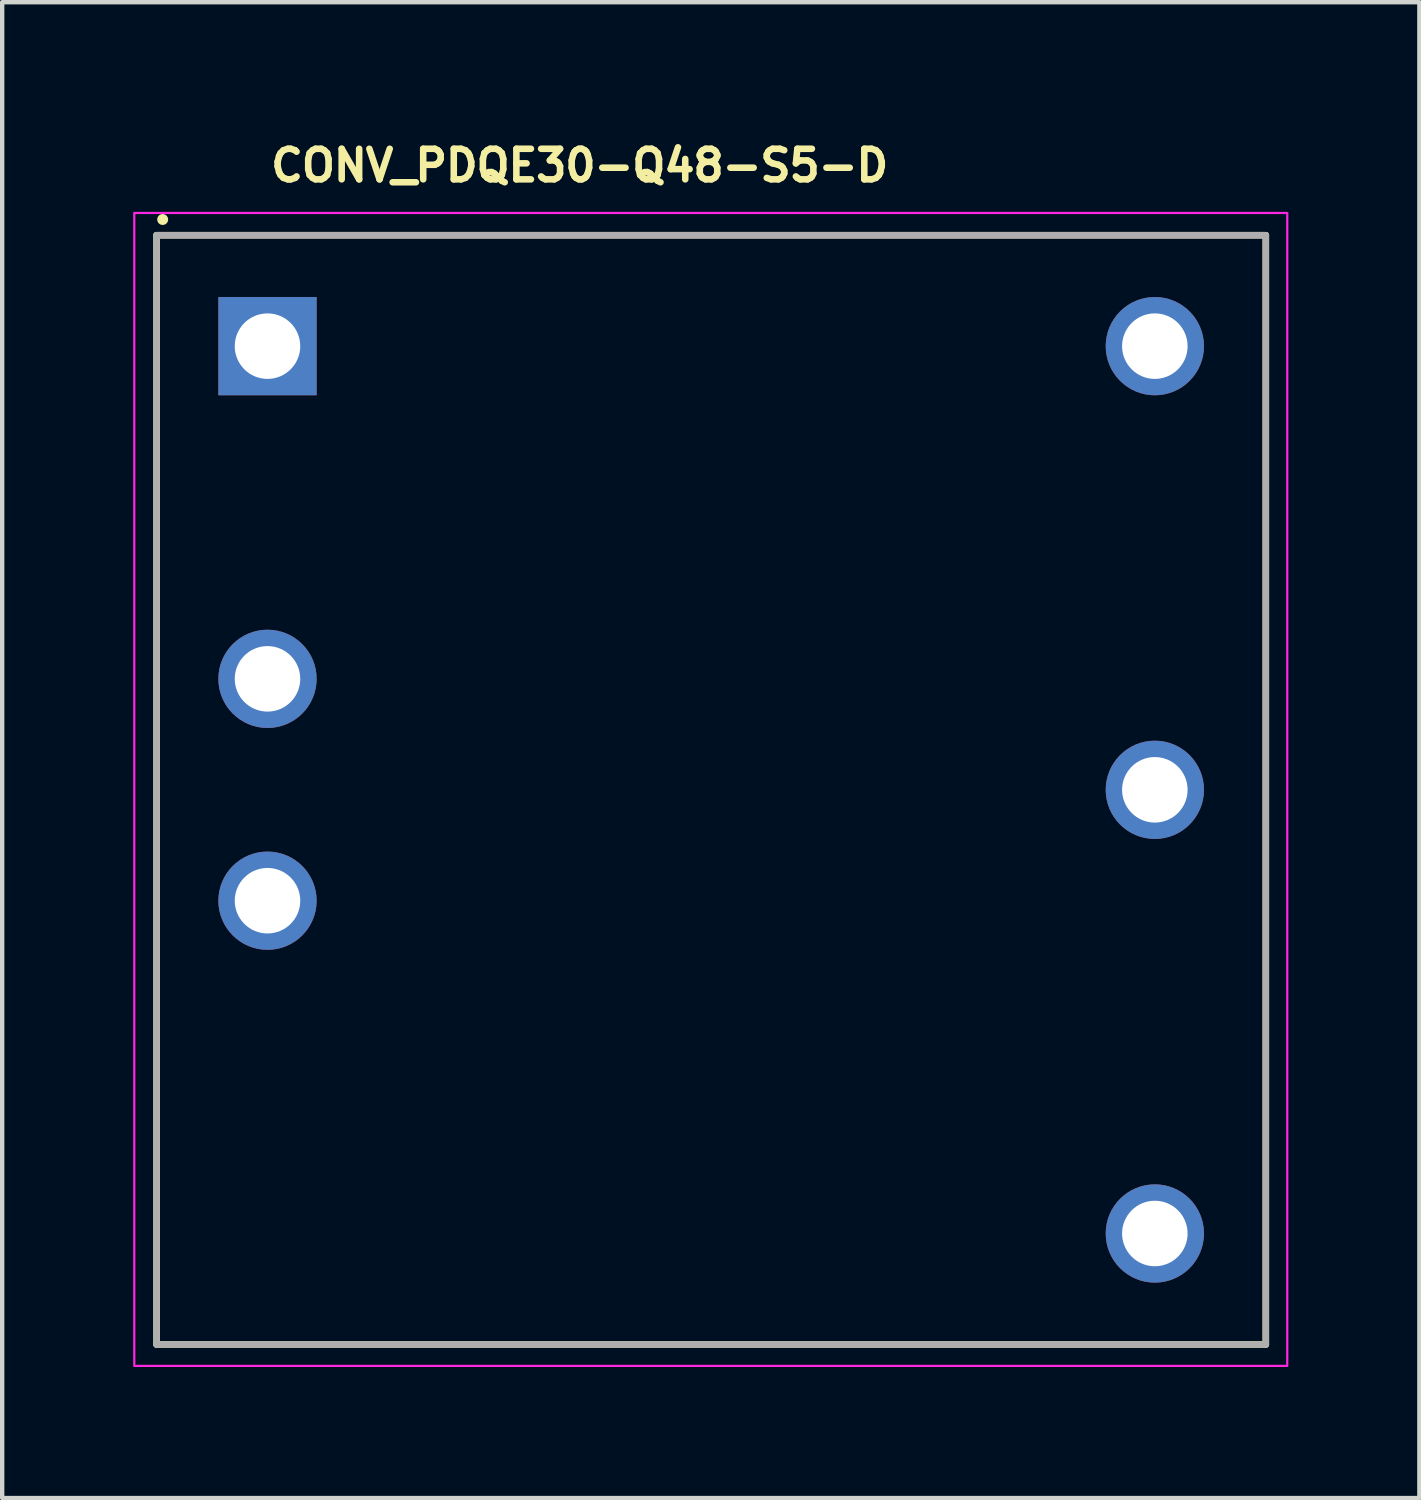
<source format=kicad_pcb>
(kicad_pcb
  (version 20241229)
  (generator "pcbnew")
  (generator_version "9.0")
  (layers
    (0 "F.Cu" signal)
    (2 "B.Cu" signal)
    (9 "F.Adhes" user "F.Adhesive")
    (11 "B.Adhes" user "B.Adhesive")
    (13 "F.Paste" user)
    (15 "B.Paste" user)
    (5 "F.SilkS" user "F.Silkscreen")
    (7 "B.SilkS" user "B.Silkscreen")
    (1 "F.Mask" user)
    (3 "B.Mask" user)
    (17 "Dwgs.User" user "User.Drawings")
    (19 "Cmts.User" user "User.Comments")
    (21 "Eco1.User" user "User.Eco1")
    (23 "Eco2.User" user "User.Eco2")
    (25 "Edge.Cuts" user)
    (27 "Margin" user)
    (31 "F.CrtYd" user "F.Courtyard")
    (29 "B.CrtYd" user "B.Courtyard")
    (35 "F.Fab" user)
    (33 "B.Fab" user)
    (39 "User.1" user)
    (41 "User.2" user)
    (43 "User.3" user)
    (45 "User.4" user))
  (footprint "CONV_PDQE30-Q48-S5-D"
    (layer "F.Cu")
    (at 3.075 4.876)
    (property "Reference" "CONV_PDQE30-Q48-S5-D" (at 0 -3.726 0) (layer "F.SilkS") (effects (font (size 0.7 0.7) (thickness 0.15)) (justify left bottom)))
    (attr through_hole)
    (fp_line (start -2.54 -2.54) (end 22.859 -2.54) (stroke (width 0.15) (type solid)) (layer "F.SilkS"))
    (fp_line (start -2.54 22.859) (end -2.54 -2.54) (stroke (width 0.15) (type solid)) (layer "F.SilkS"))
    (fp_line (start 22.859 -2.54) (end 22.859 22.859) (stroke (width 0.15) (type solid)) (layer "F.SilkS"))
    (fp_line (start 22.859 22.859) (end -2.54 22.859) (stroke (width 0.15) (type solid)) (layer "F.SilkS"))
    (fp_circle (center -2.4 -2.9) (end -2.35 -2.9) (stroke (width 0.15) (type solid)) (fill yes) (layer "F.SilkS"))
    (fp_rect (start -3.05 -3.05) (end 23.35 23.35) (stroke (width 0.05) (type solid)) (fill no) (layer "F.CrtYd"))
    (fp_line (start -2.54 -2.54) (end 22.859 -2.54) (stroke (width 0.15) (type solid)) (layer "F.Fab"))
    (fp_line (start -2.54 22.859) (end -2.54 -2.54) (stroke (width 0.15) (type solid)) (layer "F.Fab"))
    (fp_line (start 22.859 -2.54) (end 22.859 22.859) (stroke (width 0.15) (type solid)) (layer "F.Fab"))
    (fp_line (start 22.859 22.859) (end -2.54 22.859) (stroke (width 0.15) (type solid)) (layer "F.Fab"))
    (fp_rect (start -2.54 -2.54) (end 22.859 22.859) (stroke (width 0.1) (type solid)) (fill no) (layer "User.5"))
    (fp_rect (start -2.54 -2.54) (end 22.859 22.859) (stroke (width 0.1) (type solid)) (fill no) (layer "User.5"))
    (fp_rect (start -2.54 -2.54) (end 22.859 22.859) (stroke (width 0.1) (type solid)) (fill no) (layer "User.5"))
    (fp_line (start -2.54 -2.182) (end -2.54 -2.161) (stroke (width 0.02) (type solid)) (layer "User.9"))
    (fp_line (start -2.54 -2.161) (end -2.54 -2.141) (stroke (width 0.02) (type solid)) (layer "User.9"))
    (fp_line (start -2.54 22.46) (end -2.54 -2.141) (stroke (width 0.02) (type solid)) (layer "User.9"))
    (fp_line (start -2.54 22.46) (end -2.54 22.478) (stroke (width 0.02) (type solid)) (layer "User.9"))
    (fp_line (start -2.54 22.478) (end -2.54 22.498) (stroke (width 0.02) (type solid)) (layer "User.9"))
    (fp_line (start -2.54 22.498) (end -2.536 22.518) (stroke (width 0.02) (type solid)) (layer "User.9"))
    (fp_line (start -2.536 -2.202) (end -2.54 -2.182) (stroke (width 0.02) (type solid)) (layer "User.9"))
    (fp_line (start -2.536 22.518) (end -2.532 22.539) (stroke (width 0.02) (type solid)) (layer "User.9"))
    (fp_line (start -2.532 -2.222) (end -2.536 -2.202) (stroke (width 0.02) (type solid)) (layer "User.9"))
    (fp_line (start -2.532 22.539) (end -2.528 22.559) (stroke (width 0.02) (type solid)) (layer "User.9"))
    (fp_line (start -2.528 -2.242) (end -2.532 -2.222) (stroke (width 0.02) (type solid)) (layer "User.9"))
    (fp_line (start -2.528 22.559) (end -2.524 22.577) (stroke (width 0.02) (type solid)) (layer "User.9"))
    (fp_line (start -2.524 -2.259) (end -2.528 -2.242) (stroke (width 0.02) (type solid)) (layer "User.9"))
    (fp_line (start -2.524 22.577) (end -2.516 22.597) (stroke (width 0.02) (type solid)) (layer "User.9"))
    (fp_line (start -2.516 -2.278) (end -2.524 -2.259) (stroke (width 0.02) (type solid)) (layer "User.9"))
    (fp_line (start -2.516 22.597) (end -2.509 22.614) (stroke (width 0.02) (type solid)) (layer "User.9"))
    (fp_line (start -2.509 -2.298) (end -2.516 -2.278) (stroke (width 0.02) (type solid)) (layer "User.9"))
    (fp_line (start -2.509 22.614) (end -2.501 22.632) (stroke (width 0.02) (type solid)) (layer "User.9"))
    (fp_line (start -2.501 -2.315) (end -2.509 -2.298) (stroke (width 0.02) (type solid)) (layer "User.9"))
    (fp_line (start -2.501 22.632) (end -2.492 22.649) (stroke (width 0.02) (type solid)) (layer "User.9"))
    (fp_line (start -2.492 -2.331) (end -2.501 -2.315) (stroke (width 0.02) (type solid)) (layer "User.9"))
    (fp_line (start -2.492 22.649) (end -2.484 22.667) (stroke (width 0.02) (type solid)) (layer "User.9"))
    (fp_line (start -2.484 -2.348) (end -2.492 -2.331) (stroke (width 0.02) (type solid)) (layer "User.9"))
    (fp_line (start -2.484 22.667) (end -2.472 22.681) (stroke (width 0.02) (type solid)) (layer "User.9"))
    (fp_line (start -2.472 -2.364) (end -2.484 -2.348) (stroke (width 0.02) (type solid)) (layer "User.9"))
    (fp_line (start -2.472 22.681) (end -2.461 22.699) (stroke (width 0.02) (type solid)) (layer "User.9"))
    (fp_line (start -2.461 -2.38) (end -2.472 -2.364) (stroke (width 0.02) (type solid)) (layer "User.9"))
    (fp_line (start -2.461 22.699) (end -2.449 22.713) (stroke (width 0.02) (type solid)) (layer "User.9"))
    (fp_line (start -2.449 -2.395) (end -2.461 -2.38) (stroke (width 0.02) (type solid)) (layer "User.9"))
    (fp_line (start -2.449 22.713) (end -2.437 22.728) (stroke (width 0.02) (type solid)) (layer "User.9"))
    (fp_line (start -2.437 -2.411) (end -2.449 -2.395) (stroke (width 0.02) (type solid)) (layer "User.9"))
    (fp_line (start -2.437 22.728) (end -2.423 22.742) (stroke (width 0.02) (type solid)) (layer "User.9"))
    (fp_line (start -2.423 -2.423) (end -2.437 -2.411) (stroke (width 0.02) (type solid)) (layer "User.9"))
    (fp_line (start -2.423 22.742) (end -2.411 22.754) (stroke (width 0.02) (type solid)) (layer "User.9"))
    (fp_line (start -2.411 -2.437) (end -2.423 -2.423) (stroke (width 0.02) (type solid)) (layer "User.9"))
    (fp_line (start -2.411 22.754) (end -2.395 22.768) (stroke (width 0.02) (type solid)) (layer "User.9"))
    (fp_line (start -2.395 -2.449) (end -2.411 -2.437) (stroke (width 0.02) (type solid)) (layer "User.9"))
    (fp_line (start -2.395 22.768) (end -2.38 22.78) (stroke (width 0.02) (type solid)) (layer "User.9"))
    (fp_line (start -2.38 -2.461) (end -2.395 -2.449) (stroke (width 0.02) (type solid)) (layer "User.9"))
    (fp_line (start -2.38 22.78) (end -2.364 22.789) (stroke (width 0.02) (type solid)) (layer "User.9"))
    (fp_line (start -2.364 -2.472) (end -2.38 -2.461) (stroke (width 0.02) (type solid)) (layer "User.9"))
    (fp_line (start -2.364 22.789) (end -2.348 22.8) (stroke (width 0.02) (type solid)) (layer "User.9"))
    (fp_line (start -2.348 -2.484) (end -2.364 -2.472) (stroke (width 0.02) (type solid)) (layer "User.9"))
    (fp_line (start -2.348 22.8) (end -2.331 22.809) (stroke (width 0.02) (type solid)) (layer "User.9"))
    (fp_line (start -2.331 -2.492) (end -2.348 -2.484) (stroke (width 0.02) (type solid)) (layer "User.9"))
    (fp_line (start -2.331 22.809) (end -2.315 22.818) (stroke (width 0.02) (type solid)) (layer "User.9"))
    (fp_line (start -2.315 -2.501) (end -2.331 -2.492) (stroke (width 0.02) (type solid)) (layer "User.9"))
    (fp_line (start -2.315 22.818) (end -2.298 22.827) (stroke (width 0.02) (type solid)) (layer "User.9"))
    (fp_line (start -2.298 -2.509) (end -2.315 -2.501) (stroke (width 0.02) (type solid)) (layer "User.9"))
    (fp_line (start -2.298 22.827) (end -2.278 22.835) (stroke (width 0.02) (type solid)) (layer "User.9"))
    (fp_line (start -2.278 -2.516) (end -2.298 -2.509) (stroke (width 0.02) (type solid)) (layer "User.9"))
    (fp_line (start -2.278 22.835) (end -2.259 22.841) (stroke (width 0.02) (type solid)) (layer "User.9"))
    (fp_line (start -2.259 -2.524) (end -2.278 -2.516) (stroke (width 0.02) (type solid)) (layer "User.9"))
    (fp_line (start -2.259 22.841) (end -2.242 22.847) (stroke (width 0.02) (type solid)) (layer "User.9"))
    (fp_line (start -2.242 -2.528) (end -2.259 -2.524) (stroke (width 0.02) (type solid)) (layer "User.9"))
    (fp_line (start -2.242 22.847) (end -2.222 22.85) (stroke (width 0.02) (type solid)) (layer "User.9"))
    (fp_line (start -2.222 -2.532) (end -2.242 -2.528) (stroke (width 0.02) (type solid)) (layer "User.9"))
    (fp_line (start -2.222 22.85) (end -2.202 22.853) (stroke (width 0.02) (type solid)) (layer "User.9"))
    (fp_line (start -2.202 -2.536) (end -2.222 -2.532) (stroke (width 0.02) (type solid)) (layer "User.9"))
    (fp_line (start -2.202 22.853) (end -2.182 22.856) (stroke (width 0.02) (type solid)) (layer "User.9"))
    (fp_line (start -2.182 -2.54) (end -2.202 -2.536) (stroke (width 0.02) (type solid)) (layer "User.9"))
    (fp_line (start -2.182 22.856) (end -2.161 22.859) (stroke (width 0.02) (type solid)) (layer "User.9"))
    (fp_line (start -2.161 -2.54) (end -2.182 -2.54) (stroke (width 0.02) (type solid)) (layer "User.9"))
    (fp_line (start -2.161 22.859) (end -2.141 22.859) (stroke (width 0.02) (type solid)) (layer "User.9"))
    (fp_line (start -2.141 -2.54) (end -2.161 -2.54) (stroke (width 0.02) (type solid)) (layer "User.9"))
    (fp_line (start -2.141 -2.54) (end 22.46 -2.54) (stroke (width 0.02) (type solid)) (layer "User.9"))
    (fp_line (start 22.46 -2.54) (end 22.478 -2.54) (stroke (width 0.02) (type solid)) (layer "User.9"))
    (fp_line (start 22.46 22.859) (end -2.141 22.859) (stroke (width 0.02) (type solid)) (layer "User.9"))
    (fp_line (start 22.46 22.859) (end 22.478 22.859) (stroke (width 0.02) (type solid)) (layer "User.9"))
    (fp_line (start 22.478 -2.54) (end 22.498 -2.54) (stroke (width 0.02) (type solid)) (layer "User.9"))
    (fp_line (start 22.478 22.859) (end 22.498 22.856) (stroke (width 0.02) (type solid)) (layer "User.9"))
    (fp_line (start 22.498 -2.54) (end 22.518 -2.536) (stroke (width 0.02) (type solid)) (layer "User.9"))
    (fp_line (start 22.498 22.856) (end 22.518 22.853) (stroke (width 0.02) (type solid)) (layer "User.9"))
    (fp_line (start 22.518 -2.536) (end 22.539 -2.532) (stroke (width 0.02) (type solid)) (layer "User.9"))
    (fp_line (start 22.518 22.853) (end 22.539 22.85) (stroke (width 0.02) (type solid)) (layer "User.9"))
    (fp_line (start 22.539 -2.532) (end 22.559 -2.528) (stroke (width 0.02) (type solid)) (layer "User.9"))
    (fp_line (start 22.539 22.85) (end 22.559 22.847) (stroke (width 0.02) (type solid)) (layer "User.9"))
    (fp_line (start 22.559 -2.528) (end 22.577 -2.524) (stroke (width 0.02) (type solid)) (layer "User.9"))
    (fp_line (start 22.559 22.847) (end 22.577 22.841) (stroke (width 0.02) (type solid)) (layer "User.9"))
    (fp_line (start 22.577 -2.524) (end 22.597 -2.516) (stroke (width 0.02) (type solid)) (layer "User.9"))
    (fp_line (start 22.577 22.841) (end 22.597 22.835) (stroke (width 0.02) (type solid)) (layer "User.9"))
    (fp_line (start 22.597 -2.516) (end 22.614 -2.509) (stroke (width 0.02) (type solid)) (layer "User.9"))
    (fp_line (start 22.597 22.835) (end 22.614 22.827) (stroke (width 0.02) (type solid)) (layer "User.9"))
    (fp_line (start 22.614 -2.509) (end 22.632 -2.501) (stroke (width 0.02) (type solid)) (layer "User.9"))
    (fp_line (start 22.614 22.827) (end 22.632 22.818) (stroke (width 0.02) (type solid)) (layer "User.9"))
    (fp_line (start 22.632 -2.501) (end 22.649 -2.492) (stroke (width 0.02) (type solid)) (layer "User.9"))
    (fp_line (start 22.632 22.818) (end 22.649 22.809) (stroke (width 0.02) (type solid)) (layer "User.9"))
    (fp_line (start 22.649 -2.492) (end 22.667 -2.484) (stroke (width 0.02) (type solid)) (layer "User.9"))
    (fp_line (start 22.649 22.809) (end 22.667 22.8) (stroke (width 0.02) (type solid)) (layer "User.9"))
    (fp_line (start 22.667 -2.484) (end 22.681 -2.472) (stroke (width 0.02) (type solid)) (layer "User.9"))
    (fp_line (start 22.667 22.8) (end 22.681 22.789) (stroke (width 0.02) (type solid)) (layer "User.9"))
    (fp_line (start 22.681 -2.472) (end 22.699 -2.461) (stroke (width 0.02) (type solid)) (layer "User.9"))
    (fp_line (start 22.681 22.789) (end 22.699 22.78) (stroke (width 0.02) (type solid)) (layer "User.9"))
    (fp_line (start 22.699 -2.461) (end 22.713 -2.449) (stroke (width 0.02) (type solid)) (layer "User.9"))
    (fp_line (start 22.699 22.78) (end 22.713 22.768) (stroke (width 0.02) (type solid)) (layer "User.9"))
    (fp_line (start 22.713 -2.449) (end 22.728 -2.437) (stroke (width 0.02) (type solid)) (layer "User.9"))
    (fp_line (start 22.713 22.768) (end 22.728 22.754) (stroke (width 0.02) (type solid)) (layer "User.9"))
    (fp_line (start 22.728 -2.437) (end 22.742 -2.423) (stroke (width 0.02) (type solid)) (layer "User.9"))
    (fp_line (start 22.728 22.754) (end 22.742 22.742) (stroke (width 0.02) (type solid)) (layer "User.9"))
    (fp_line (start 22.742 -2.423) (end 22.754 -2.411) (stroke (width 0.02) (type solid)) (layer "User.9"))
    (fp_line (start 22.742 22.742) (end 22.754 22.728) (stroke (width 0.02) (type solid)) (layer "User.9"))
    (fp_line (start 22.754 -2.411) (end 22.768 -2.395) (stroke (width 0.02) (type solid)) (layer "User.9"))
    (fp_line (start 22.754 22.728) (end 22.768 22.713) (stroke (width 0.02) (type solid)) (layer "User.9"))
    (fp_line (start 22.768 -2.395) (end 22.78 -2.38) (stroke (width 0.02) (type solid)) (layer "User.9"))
    (fp_line (start 22.768 22.713) (end 22.78 22.699) (stroke (width 0.02) (type solid)) (layer "User.9"))
    (fp_line (start 22.78 -2.38) (end 22.789 -2.364) (stroke (width 0.02) (type solid)) (layer "User.9"))
    (fp_line (start 22.78 22.699) (end 22.789 22.681) (stroke (width 0.02) (type solid)) (layer "User.9"))
    (fp_line (start 22.789 -2.364) (end 22.8 -2.348) (stroke (width 0.02) (type solid)) (layer "User.9"))
    (fp_line (start 22.789 22.681) (end 22.8 22.667) (stroke (width 0.02) (type solid)) (layer "User.9"))
    (fp_line (start 22.8 -2.348) (end 22.809 -2.331) (stroke (width 0.02) (type solid)) (layer "User.9"))
    (fp_line (start 22.8 22.667) (end 22.809 22.649) (stroke (width 0.02) (type solid)) (layer "User.9"))
    (fp_line (start 22.809 -2.331) (end 22.818 -2.315) (stroke (width 0.02) (type solid)) (layer "User.9"))
    (fp_line (start 22.809 22.649) (end 22.818 22.632) (stroke (width 0.02) (type solid)) (layer "User.9"))
    (fp_line (start 22.818 -2.315) (end 22.827 -2.298) (stroke (width 0.02) (type solid)) (layer "User.9"))
    (fp_line (start 22.818 22.632) (end 22.827 22.614) (stroke (width 0.02) (type solid)) (layer "User.9"))
    (fp_line (start 22.827 -2.298) (end 22.835 -2.278) (stroke (width 0.02) (type solid)) (layer "User.9"))
    (fp_line (start 22.827 22.614) (end 22.835 22.597) (stroke (width 0.02) (type solid)) (layer "User.9"))
    (fp_line (start 22.835 -2.278) (end 22.841 -2.259) (stroke (width 0.02) (type solid)) (layer "User.9"))
    (fp_line (start 22.835 22.597) (end 22.841 22.577) (stroke (width 0.02) (type solid)) (layer "User.9"))
    (fp_line (start 22.841 -2.259) (end 22.847 -2.242) (stroke (width 0.02) (type solid)) (layer "User.9"))
    (fp_line (start 22.841 22.577) (end 22.847 22.559) (stroke (width 0.02) (type solid)) (layer "User.9"))
    (fp_line (start 22.847 -2.242) (end 22.85 -2.222) (stroke (width 0.02) (type solid)) (layer "User.9"))
    (fp_line (start 22.847 22.559) (end 22.85 22.539) (stroke (width 0.02) (type solid)) (layer "User.9"))
    (fp_line (start 22.85 -2.222) (end 22.853 -2.202) (stroke (width 0.02) (type solid)) (layer "User.9"))
    (fp_line (start 22.85 22.539) (end 22.853 22.518) (stroke (width 0.02) (type solid)) (layer "User.9"))
    (fp_line (start 22.853 -2.202) (end 22.856 -2.182) (stroke (width 0.02) (type solid)) (layer "User.9"))
    (fp_line (start 22.853 22.518) (end 22.856 22.498) (stroke (width 0.02) (type solid)) (layer "User.9"))
    (fp_line (start 22.856 -2.182) (end 22.859 -2.161) (stroke (width 0.02) (type solid)) (layer "User.9"))
    (fp_line (start 22.856 22.498) (end 22.859 22.478) (stroke (width 0.02) (type solid)) (layer "User.9"))
    (fp_line (start 22.859 -2.161) (end 22.859 -2.141) (stroke (width 0.02) (type solid)) (layer "User.9"))
    (fp_line (start 22.859 -2.141) (end 22.859 22.46) (stroke (width 0.02) (type solid)) (layer "User.9"))
    (fp_line (start 22.859 22.478) (end 22.859 22.46) (stroke (width 0.02) (type solid)) (layer "User.9"))
    (pad "1" thru_hole rect (at 0 0) (size 2.25 2.25) (drill 1.5) (layers "*.Cu" "*.Mask"))
    (pad "2" thru_hole circle (at 0 7.618) (size 2.25 2.25) (drill 1.5) (layers "*.Cu" "*.Mask"))
    (pad "3" thru_hole circle (at 0 12.698) (size 2.25 2.25) (drill 1.5) (layers "*.Cu" "*.Mask"))
    (pad "4" thru_hole circle (at 20.318 20.318) (size 2.25 2.25) (drill 1.5) (layers "*.Cu" "*.Mask"))
    (pad "5" thru_hole circle (at 20.318 10.159) (size 2.25 2.25) (drill 1.5) (layers "*.Cu" "*.Mask"))
    (pad "6" thru_hole circle (at 20.318 0) (size 2.25 2.25) (drill 1.5) (layers "*.Cu" "*.Mask")))
  (gr_rect
    (start -3 -3)
    (end 29.45 31.251)
    (stroke (width 0.1) (type default))
    (fill no)
    (layer "Edge.Cuts")))
</source>
